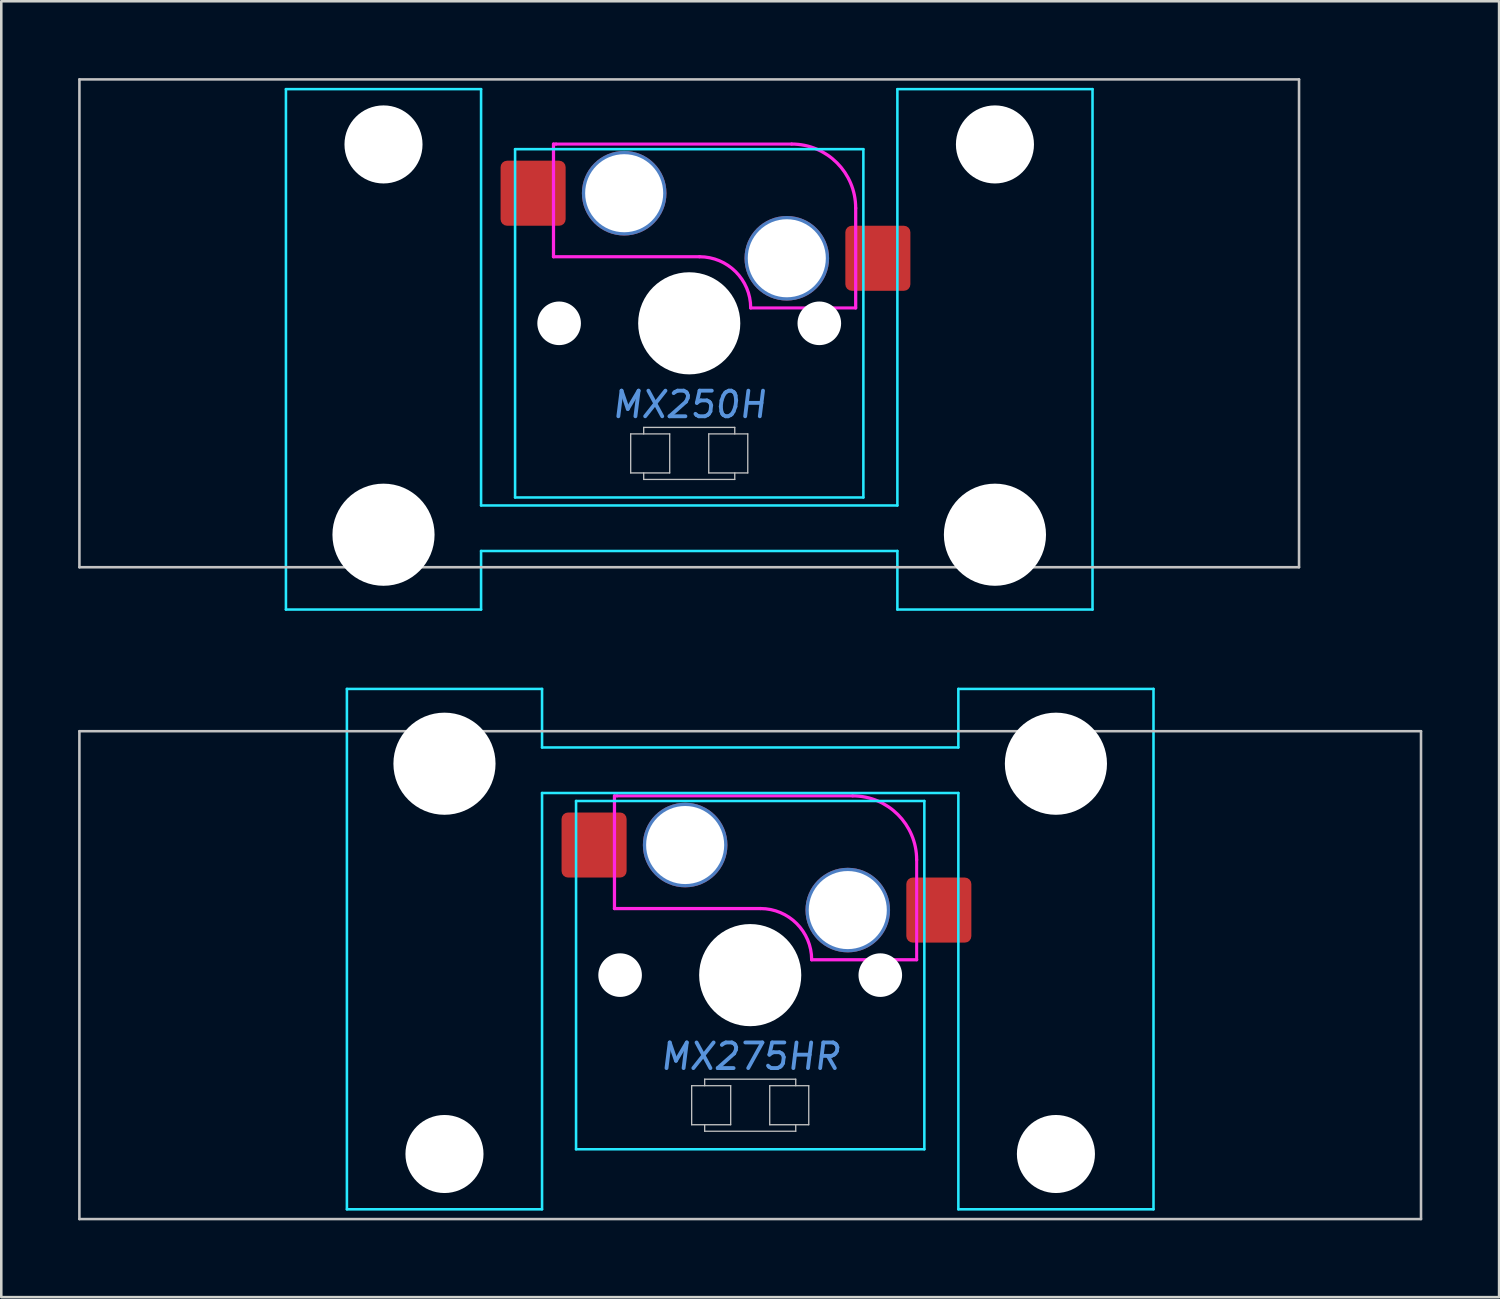
<source format=kicad_pcb>
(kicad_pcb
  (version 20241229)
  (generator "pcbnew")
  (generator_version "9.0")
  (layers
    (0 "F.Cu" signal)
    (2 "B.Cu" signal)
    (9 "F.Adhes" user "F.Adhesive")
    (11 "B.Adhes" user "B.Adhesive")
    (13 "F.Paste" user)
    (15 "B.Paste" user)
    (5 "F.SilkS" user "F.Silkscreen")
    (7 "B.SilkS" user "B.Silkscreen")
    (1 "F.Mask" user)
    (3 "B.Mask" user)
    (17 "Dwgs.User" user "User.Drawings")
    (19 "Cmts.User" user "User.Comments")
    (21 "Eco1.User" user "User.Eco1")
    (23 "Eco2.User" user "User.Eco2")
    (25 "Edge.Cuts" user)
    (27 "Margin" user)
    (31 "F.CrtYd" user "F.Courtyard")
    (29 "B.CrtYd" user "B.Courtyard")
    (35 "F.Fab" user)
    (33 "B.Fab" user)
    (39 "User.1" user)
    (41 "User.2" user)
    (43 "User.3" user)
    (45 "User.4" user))
  (footprint "MX250H"
    (layer "F.Cu")
    (at 23.863 9.575)
    (property "Reference" "MX250H" (at 0 3.175 0) (layer "Cmts.User") (effects (font (size 1 1) (thickness 0.15) (italic yes))))
    (attr smd)
    (fp_line (start -23.812 -9.525) (end -23.812 9.525) (stroke (width 0.1) (type solid)) (layer "Dwgs.User"))
    (fp_line (start -23.812 -9.525) (end 23.812 -9.525) (stroke (width 0.1) (type solid)) (layer "Dwgs.User"))
    (fp_line (start -23.812 9.525) (end 23.812 9.525) (stroke (width 0.1) (type solid)) (layer "Dwgs.User"))
    (fp_line (start -2.286 4.318) (end -0.762 4.318) (stroke (width 0.051) (type solid)) (layer "Dwgs.User"))
    (fp_line (start -2.286 5.842) (end -2.286 4.318) (stroke (width 0.051) (type solid)) (layer "Dwgs.User"))
    (fp_line (start -1.778 4.064) (end 1.778 4.064) (stroke (width 0.051) (type solid)) (layer "Dwgs.User"))
    (fp_line (start -1.778 4.318) (end -1.778 4.064) (stroke (width 0.051) (type solid)) (layer "Dwgs.User"))
    (fp_line (start -1.778 6.096) (end -1.778 5.842) (stroke (width 0.051) (type solid)) (layer "Dwgs.User"))
    (fp_line (start -0.762 4.318) (end -0.762 5.842) (stroke (width 0.051) (type solid)) (layer "Dwgs.User"))
    (fp_line (start -0.762 5.842) (end -2.286 5.842) (stroke (width 0.051) (type solid)) (layer "Dwgs.User"))
    (fp_line (start 0.762 4.318) (end 2.286 4.318) (stroke (width 0.051) (type solid)) (layer "Dwgs.User"))
    (fp_line (start 0.762 5.842) (end 0.762 4.318) (stroke (width 0.051) (type solid)) (layer "Dwgs.User"))
    (fp_line (start 1.778 4.064) (end 1.778 4.318) (stroke (width 0.051) (type solid)) (layer "Dwgs.User"))
    (fp_line (start 1.778 5.842) (end 1.778 6.096) (stroke (width 0.051) (type solid)) (layer "Dwgs.User"))
    (fp_line (start 1.778 6.096) (end -1.778 6.096) (stroke (width 0.051) (type solid)) (layer "Dwgs.User"))
    (fp_line (start 2.286 4.318) (end 2.286 5.842) (stroke (width 0.051) (type solid)) (layer "Dwgs.User"))
    (fp_line (start 2.286 5.842) (end 0.762 5.842) (stroke (width 0.051) (type solid)) (layer "Dwgs.User"))
    (fp_line (start 23.812 -9.525) (end 23.812 9.525) (stroke (width 0.1) (type solid)) (layer "Dwgs.User"))
    (fp_line (start -15.438 -5.485) (end -15.438 8.515) (stroke (width 0.1) (type solid)) (layer "Eco1.User"))
    (fp_line (start -14.938 -5.985) (end -8.938 -5.985) (stroke (width 0.1) (type solid)) (layer "Eco1.User"))
    (fp_line (start -8.938 9.015) (end -14.938 9.015) (stroke (width 0.1) (type solid)) (layer "Eco1.User"))
    (fp_line (start -8.438 8.515) (end -8.438 -5.485) (stroke (width 0.1) (type solid)) (layer "Eco1.User"))
    (fp_line (start -7 -6.5) (end -7 6.5) (stroke (width 0.1) (type solid)) (layer "Eco1.User"))
    (fp_line (start -6.5 7) (end 6.5 7) (stroke (width 0.1) (type solid)) (layer "Eco1.User"))
    (fp_line (start 6.5 -7) (end -6.5 -7) (stroke (width 0.1) (type solid)) (layer "Eco1.User"))
    (fp_line (start 7 6.5) (end 7 -6.5) (stroke (width 0.1) (type solid)) (layer "Eco1.User"))
    (fp_line (start 8.438 -5.485) (end 8.438 8.515) (stroke (width 0.1) (type solid)) (layer "Eco1.User"))
    (fp_line (start 8.938 -5.985) (end 14.938 -5.985) (stroke (width 0.1) (type solid)) (layer "Eco1.User"))
    (fp_line (start 14.938 9.015) (end 8.938 9.015) (stroke (width 0.1) (type solid)) (layer "Eco1.User"))
    (fp_line (start 15.438 8.515) (end 15.438 -5.485) (stroke (width 0.1) (type solid)) (layer "Eco1.User"))
    (fp_arc (start -15.438 -5.485) (mid -15.291553 -5.838553) (end -14.938 -5.985) (stroke (width 0.1) (type solid)) (layer "Eco1.User"))
    (fp_arc (start -14.938 9.015) (mid -15.291553 8.868553) (end -15.438 8.515) (stroke (width 0.1) (type solid)) (layer "Eco1.User"))
    (fp_arc (start -8.938 -5.985) (mid -8.584447 -5.838553) (end -8.438 -5.485) (stroke (width 0.1) (type solid)) (layer "Eco1.User"))
    (fp_arc (start -8.438 8.515) (mid -8.584447 8.868553) (end -8.938 9.015) (stroke (width 0.1) (type solid)) (layer "Eco1.User"))
    (fp_arc (start -7 -6.5) (mid -6.853553 -6.853553) (end -6.5 -7) (stroke (width 0.1) (type solid)) (layer "Eco1.User"))
    (fp_arc (start -6.5 7) (mid -6.853553 6.853553) (end -7 6.5) (stroke (width 0.1) (type solid)) (layer "Eco1.User"))
    (fp_arc (start 6.5 -7) (mid 6.853553 -6.853553) (end 7 -6.5) (stroke (width 0.1) (type solid)) (layer "Eco1.User"))
    (fp_arc (start 7 6.5) (mid 6.853553 6.853553) (end 6.5 7) (stroke (width 0.1) (type solid)) (layer "Eco1.User"))
    (fp_arc (start 8.438 -5.485) (mid 8.584447 -5.838553) (end 8.938 -5.985) (stroke (width 0.1) (type solid)) (layer "Eco1.User"))
    (fp_arc (start 8.938 9.015) (mid 8.584447 8.868553) (end 8.438 8.515) (stroke (width 0.1) (type solid)) (layer "Eco1.User"))
    (fp_arc (start 14.938 -5.985) (mid 15.291553 -5.838553) (end 15.438 -5.485) (stroke (width 0.1) (type solid)) (layer "Eco1.User"))
    (fp_arc (start 15.438 8.515) (mid 15.291553 8.868553) (end 14.938 9.015) (stroke (width 0.1) (type solid)) (layer "Eco1.User"))
    (fp_line (start -15.748 -9.144) (end -15.748 11.176) (stroke (width 0.1) (type solid)) (layer "B.CrtYd"))
    (fp_line (start -15.748 11.176) (end -8.128 11.176) (stroke (width 0.1) (type solid)) (layer "B.CrtYd"))
    (fp_line (start -8.128 -9.144) (end -15.748 -9.144) (stroke (width 0.1) (type solid)) (layer "B.CrtYd"))
    (fp_line (start -8.128 7.112) (end -8.128 -9.144) (stroke (width 0.1) (type solid)) (layer "B.CrtYd"))
    (fp_line (start -8.128 7.112) (end 8.128 7.112) (stroke (width 0.1) (type solid)) (layer "B.CrtYd"))
    (fp_line (start -8.128 8.89) (end -8.128 11.176) (stroke (width 0.1) (type solid)) (layer "B.CrtYd"))
    (fp_line (start -8.128 8.89) (end 8.128 8.89) (stroke (width 0.1) (type solid)) (layer "B.CrtYd"))
    (fp_line (start -6.8 -6.8) (end -6.8 6.8) (stroke (width 0.1) (type solid)) (layer "B.CrtYd"))
    (fp_line (start 6.8 -6.8) (end -6.8 -6.8) (stroke (width 0.1) (type solid)) (layer "B.CrtYd"))
    (fp_line (start 6.8 -6.8) (end 6.8 6.8) (stroke (width 0.1) (type solid)) (layer "B.CrtYd"))
    (fp_line (start 6.8 6.8) (end -6.8 6.8) (stroke (width 0.1) (type solid)) (layer "B.CrtYd"))
    (fp_line (start 8.128 -9.144) (end 15.748 -9.144) (stroke (width 0.1) (type solid)) (layer "B.CrtYd"))
    (fp_line (start 8.128 7.112) (end 8.128 -9.142) (stroke (width 0.1) (type solid)) (layer "B.CrtYd"))
    (fp_line (start 8.128 8.89) (end 8.128 11.176) (stroke (width 0.1) (type solid)) (layer "B.CrtYd"))
    (fp_line (start 15.748 11.176) (end 8.128 11.176) (stroke (width 0.1) (type solid)) (layer "B.CrtYd"))
    (fp_line (start 15.748 11.176) (end 15.748 -9.144) (stroke (width 0.1) (type solid)) (layer "B.CrtYd"))
    (fp_line (start -5.3 -7) (end -5.3 -2.6) (stroke (width 0.127) (type solid)) (layer "F.CrtYd"))
    (fp_line (start -5.2 -7) (end -5.3 -7) (stroke (width 0.12) (type solid)) (layer "F.CrtYd"))
    (fp_line (start 0.4 -2.6) (end -5.3 -2.6) (stroke (width 0.127) (type solid)) (layer "F.CrtYd"))
    (fp_line (start 4 -7) (end -5.2 -7) (stroke (width 0.12) (type solid)) (layer "F.CrtYd"))
    (fp_line (start 6.5 -4.5) (end 6.5 -0.6) (stroke (width 0.127) (type solid)) (layer "F.CrtYd"))
    (fp_line (start 6.5 -0.6) (end 2.4 -0.6) (stroke (width 0.12) (type solid)) (layer "F.CrtYd"))
    (fp_arc (start 0.4 -2.6) (mid 1.814214 -2.014214) (end 2.4 -0.6) (stroke (width 0.127) (type solid)) (layer "F.CrtYd"))
    (fp_arc (start 4 -7) (mid 5.767767 -6.267767) (end 6.5 -4.5) (stroke (width 0.127) (type solid)) (layer "F.CrtYd"))
    (pad "" np_thru_hole circle (at -11.938 -6.985) (size 3.048 3.048) (drill 3.048) (layers "*.Cu" "*.Mask"))
    (pad "" np_thru_hole circle (at -11.938 8.255) (size 3.988 3.988) (drill 3.988) (layers "*.Cu" "*.Mask"))
    (pad "" np_thru_hole circle (at -5.08 0) (size 1.702 1.702) (drill 1.702) (layers "*.Cu" "*.Mask"))
    (pad "" np_thru_hole circle (at -2.54 -5.08) (size 3.302 3.302) (drill 3.048) (layers "*.Cu" "*.Mask"))
    (pad "" np_thru_hole circle (at 0 0) (size 3.988 3.988) (drill 3.988) (layers "*.Cu" "*.Mask"))
    (pad "" np_thru_hole circle (at 3.81 -2.54) (size 3.302 3.302) (drill 3.048) (layers "*.Cu" "*.Mask"))
    (pad "" np_thru_hole circle (at 5.08 0) (size 1.702 1.702) (drill 1.702) (layers "*.Cu" "*.Mask"))
    (pad "" np_thru_hole circle (at 11.938 -6.985) (size 3.048 3.048) (drill 3.048) (layers "*.Cu" "*.Mask"))
    (pad "" np_thru_hole circle (at 11.938 8.255) (size 3.988 3.988) (drill 3.988) (layers "*.Cu" "*.Mask"))
    (pad "1" smd roundrect (at -6.096 -5.08) (size 2.54 2.54) (layers "F.Cu" "F.Mask") (roundrect_rratio 0.1))
    (pad "2" smd roundrect (at 7.366 -2.54) (size 2.54 2.54) (layers "F.Cu" "F.Mask") (roundrect_rratio 0.1)))
  (footprint "MX275HR"
    (layer "F.Cu")
    (at 26.244 35.027)
    (property "Reference" "MX275HR" (at 0 3.175 0) (layer "Cmts.User") (effects (font (size 1 1) (thickness 0.15) (italic yes))))
    (attr smd)
    (fp_line (start -26.194 -9.525) (end -26.194 9.525) (stroke (width 0.1) (type solid)) (layer "Dwgs.User"))
    (fp_line (start -26.194 -9.525) (end 26.194 -9.525) (stroke (width 0.1) (type solid)) (layer "Dwgs.User"))
    (fp_line (start -26.194 9.525) (end 26.194 9.525) (stroke (width 0.1) (type solid)) (layer "Dwgs.User"))
    (fp_line (start -2.286 4.318) (end -0.762 4.318) (stroke (width 0.051) (type solid)) (layer "Dwgs.User"))
    (fp_line (start -2.286 5.842) (end -2.286 4.318) (stroke (width 0.051) (type solid)) (layer "Dwgs.User"))
    (fp_line (start -1.778 4.064) (end 1.778 4.064) (stroke (width 0.051) (type solid)) (layer "Dwgs.User"))
    (fp_line (start -1.778 4.318) (end -1.778 4.064) (stroke (width 0.051) (type solid)) (layer "Dwgs.User"))
    (fp_line (start -1.778 6.096) (end -1.778 5.842) (stroke (width 0.051) (type solid)) (layer "Dwgs.User"))
    (fp_line (start -0.762 4.318) (end -0.762 5.842) (stroke (width 0.051) (type solid)) (layer "Dwgs.User"))
    (fp_line (start -0.762 5.842) (end -2.286 5.842) (stroke (width 0.051) (type solid)) (layer "Dwgs.User"))
    (fp_line (start 0.762 4.318) (end 2.286 4.318) (stroke (width 0.051) (type solid)) (layer "Dwgs.User"))
    (fp_line (start 0.762 5.842) (end 0.762 4.318) (stroke (width 0.051) (type solid)) (layer "Dwgs.User"))
    (fp_line (start 1.778 4.064) (end 1.778 4.318) (stroke (width 0.051) (type solid)) (layer "Dwgs.User"))
    (fp_line (start 1.778 5.842) (end 1.778 6.096) (stroke (width 0.051) (type solid)) (layer "Dwgs.User"))
    (fp_line (start 1.778 6.096) (end -1.778 6.096) (stroke (width 0.051) (type solid)) (layer "Dwgs.User"))
    (fp_line (start 2.286 4.318) (end 2.286 5.842) (stroke (width 0.051) (type solid)) (layer "Dwgs.User"))
    (fp_line (start 2.286 5.842) (end 0.762 5.842) (stroke (width 0.051) (type solid)) (layer "Dwgs.User"))
    (fp_line (start 26.194 -9.525) (end 26.194 9.525) (stroke (width 0.1) (type solid)) (layer "Dwgs.User"))
    (fp_line (start -15.438 -8.515) (end -15.438 5.485) (stroke (width 0.1) (type solid)) (layer "Eco1.User"))
    (fp_line (start -14.938 -9.015) (end -8.938 -9.015) (stroke (width 0.1) (type solid)) (layer "Eco1.User"))
    (fp_line (start -8.938 5.985) (end -14.938 5.985) (stroke (width 0.1) (type solid)) (layer "Eco1.User"))
    (fp_line (start -8.438 5.485) (end -8.438 -8.515) (stroke (width 0.1) (type solid)) (layer "Eco1.User"))
    (fp_line (start -7 -6.5) (end -7 6.5) (stroke (width 0.1) (type solid)) (layer "Eco1.User"))
    (fp_line (start -6.5 7) (end 6.5 7) (stroke (width 0.1) (type solid)) (layer "Eco1.User"))
    (fp_line (start 6.5 -7) (end -6.5 -7) (stroke (width 0.1) (type solid)) (layer "Eco1.User"))
    (fp_line (start 7 6.5) (end 7 -6.5) (stroke (width 0.1) (type solid)) (layer "Eco1.User"))
    (fp_line (start 8.438 -8.515) (end 8.438 5.485) (stroke (width 0.1) (type solid)) (layer "Eco1.User"))
    (fp_line (start 8.938 -9.015) (end 14.938 -9.015) (stroke (width 0.1) (type solid)) (layer "Eco1.User"))
    (fp_line (start 14.938 5.985) (end 8.938 5.985) (stroke (width 0.1) (type solid)) (layer "Eco1.User"))
    (fp_line (start 15.438 5.485) (end 15.438 -8.515) (stroke (width 0.1) (type solid)) (layer "Eco1.User"))
    (fp_arc (start -15.438 -8.515) (mid -15.291553 -8.868553) (end -14.938 -9.015) (stroke (width 0.1) (type solid)) (layer "Eco1.User"))
    (fp_arc (start -14.938 5.985) (mid -15.291553 5.838553) (end -15.438 5.485) (stroke (width 0.1) (type solid)) (layer "Eco1.User"))
    (fp_arc (start -8.938 -9.015) (mid -8.584447 -8.868553) (end -8.438 -8.515) (stroke (width 0.1) (type solid)) (layer "Eco1.User"))
    (fp_arc (start -8.438 5.485) (mid -8.584447 5.838553) (end -8.938 5.985) (stroke (width 0.1) (type solid)) (layer "Eco1.User"))
    (fp_arc (start -7 -6.5) (mid -6.853553 -6.853553) (end -6.5 -7) (stroke (width 0.1) (type solid)) (layer "Eco1.User"))
    (fp_arc (start -6.5 7) (mid -6.853553 6.853553) (end -7 6.5) (stroke (width 0.1) (type solid)) (layer "Eco1.User"))
    (fp_arc (start 6.5 -7) (mid 6.853553 -6.853553) (end 7 -6.5) (stroke (width 0.1) (type solid)) (layer "Eco1.User"))
    (fp_arc (start 7 6.5) (mid 6.853553 6.853553) (end 6.5 7) (stroke (width 0.1) (type solid)) (layer "Eco1.User"))
    (fp_arc (start 8.438 -8.515) (mid 8.584447 -8.868553) (end 8.938 -9.015) (stroke (width 0.1) (type solid)) (layer "Eco1.User"))
    (fp_arc (start 8.938 5.985) (mid 8.584447 5.838553) (end 8.438 5.485) (stroke (width 0.1) (type solid)) (layer "Eco1.User"))
    (fp_arc (start 14.938 -9.015) (mid 15.291553 -8.868553) (end 15.438 -8.515) (stroke (width 0.1) (type solid)) (layer "Eco1.User"))
    (fp_arc (start 15.438 5.485) (mid 15.291553 5.838553) (end 14.938 5.985) (stroke (width 0.1) (type solid)) (layer "Eco1.User"))
    (fp_line (start -15.748 -11.176) (end -15.748 9.144) (stroke (width 0.1) (type solid)) (layer "B.CrtYd"))
    (fp_line (start -15.748 -11.176) (end -8.128 -11.176) (stroke (width 0.1) (type solid)) (layer "B.CrtYd"))
    (fp_line (start -8.128 -8.89) (end -8.128 -11.176) (stroke (width 0.1) (type solid)) (layer "B.CrtYd"))
    (fp_line (start -8.128 -7.112) (end -8.128 9.142) (stroke (width 0.1) (type solid)) (layer "B.CrtYd"))
    (fp_line (start -8.128 9.144) (end -15.748 9.144) (stroke (width 0.1) (type solid)) (layer "B.CrtYd"))
    (fp_line (start -6.8 -6.8) (end -6.8 6.8) (stroke (width 0.1) (type solid)) (layer "B.CrtYd"))
    (fp_line (start 6.8 -6.8) (end -6.8 -6.8) (stroke (width 0.1) (type solid)) (layer "B.CrtYd"))
    (fp_line (start 6.8 -6.8) (end 6.8 6.8) (stroke (width 0.1) (type solid)) (layer "B.CrtYd"))
    (fp_line (start 6.8 6.8) (end -6.8 6.8) (stroke (width 0.1) (type solid)) (layer "B.CrtYd"))
    (fp_line (start 8.128 -8.89) (end -8.128 -8.89) (stroke (width 0.1) (type solid)) (layer "B.CrtYd"))
    (fp_line (start 8.128 -8.89) (end 8.128 -11.176) (stroke (width 0.1) (type solid)) (layer "B.CrtYd"))
    (fp_line (start 8.128 -7.112) (end -8.128 -7.112) (stroke (width 0.1) (type solid)) (layer "B.CrtYd"))
    (fp_line (start 8.128 -7.112) (end 8.128 9.144) (stroke (width 0.1) (type solid)) (layer "B.CrtYd"))
    (fp_line (start 8.128 9.144) (end 15.748 9.144) (stroke (width 0.1) (type solid)) (layer "B.CrtYd"))
    (fp_line (start 15.748 -11.176) (end 8.128 -11.176) (stroke (width 0.1) (type solid)) (layer "B.CrtYd"))
    (fp_line (start 15.748 9.144) (end 15.748 -11.176) (stroke (width 0.1) (type solid)) (layer "B.CrtYd"))
    (fp_line (start -5.3 -7) (end -5.3 -2.6) (stroke (width 0.127) (type solid)) (layer "F.CrtYd"))
    (fp_line (start -5.2 -7) (end -5.3 -7) (stroke (width 0.12) (type solid)) (layer "F.CrtYd"))
    (fp_line (start 0.4 -2.6) (end -5.3 -2.6) (stroke (width 0.127) (type solid)) (layer "F.CrtYd"))
    (fp_line (start 4 -7) (end -5.2 -7) (stroke (width 0.12) (type solid)) (layer "F.CrtYd"))
    (fp_line (start 6.5 -4.5) (end 6.5 -0.6) (stroke (width 0.12) (type solid)) (layer "F.CrtYd"))
    (fp_line (start 6.5 -0.6) (end 2.4 -0.6) (stroke (width 0.127) (type solid)) (layer "F.CrtYd"))
    (fp_arc (start 0.4 -2.6) (mid 1.814214 -2.014214) (end 2.4 -0.6) (stroke (width 0.127) (type solid)) (layer "F.CrtYd"))
    (fp_arc (start 4 -7) (mid 5.767767 -6.267767) (end 6.5 -4.5) (stroke (width 0.127) (type solid)) (layer "F.CrtYd"))
    (pad "" np_thru_hole circle (at -11.938 -8.255 180) (size 3.988 3.988) (drill 3.988) (layers "*.Cu" "*.Mask"))
    (pad "" np_thru_hole circle (at -11.938 6.985 180) (size 3.048 3.048) (drill 3.048) (layers "*.Cu" "*.Mask"))
    (pad "" np_thru_hole circle (at -5.08 0) (size 1.702 1.702) (drill 1.702) (layers "*.Cu" "*.Mask"))
    (pad "" np_thru_hole circle (at -2.54 -5.08) (size 3.302 3.302) (drill 3.048) (layers "*.Cu" "*.Mask"))
    (pad "" np_thru_hole circle (at 0 0) (size 3.988 3.988) (drill 3.988) (layers "*.Cu" "*.Mask"))
    (pad "" np_thru_hole circle (at 3.81 -2.54) (size 3.302 3.302) (drill 3.048) (layers "*.Cu" "*.Mask"))
    (pad "" np_thru_hole circle (at 5.08 0) (size 1.702 1.702) (drill 1.702) (layers "*.Cu" "*.Mask"))
    (pad "" np_thru_hole circle (at 11.938 -8.255 180) (size 3.988 3.988) (drill 3.988) (layers "*.Cu" "*.Mask"))
    (pad "" np_thru_hole circle (at 11.938 6.985 180) (size 3.048 3.048) (drill 3.048) (layers "*.Cu" "*.Mask"))
    (pad "1" smd roundrect (at -6.096 -5.08) (size 2.54 2.54) (layers "F.Cu" "F.Mask") (roundrect_rratio 0.1))
    (pad "2" smd roundrect (at 7.366 -2.54) (size 2.54 2.54) (layers "F.Cu" "F.Mask" "F.Paste") (roundrect_rratio 0.1)))
  (gr_rect
    (start -3 -3)
    (end 55.487 47.602)
    (stroke (width 0.1) (type default))
    (fill no)
    (layer "Edge.Cuts")))
</source>
